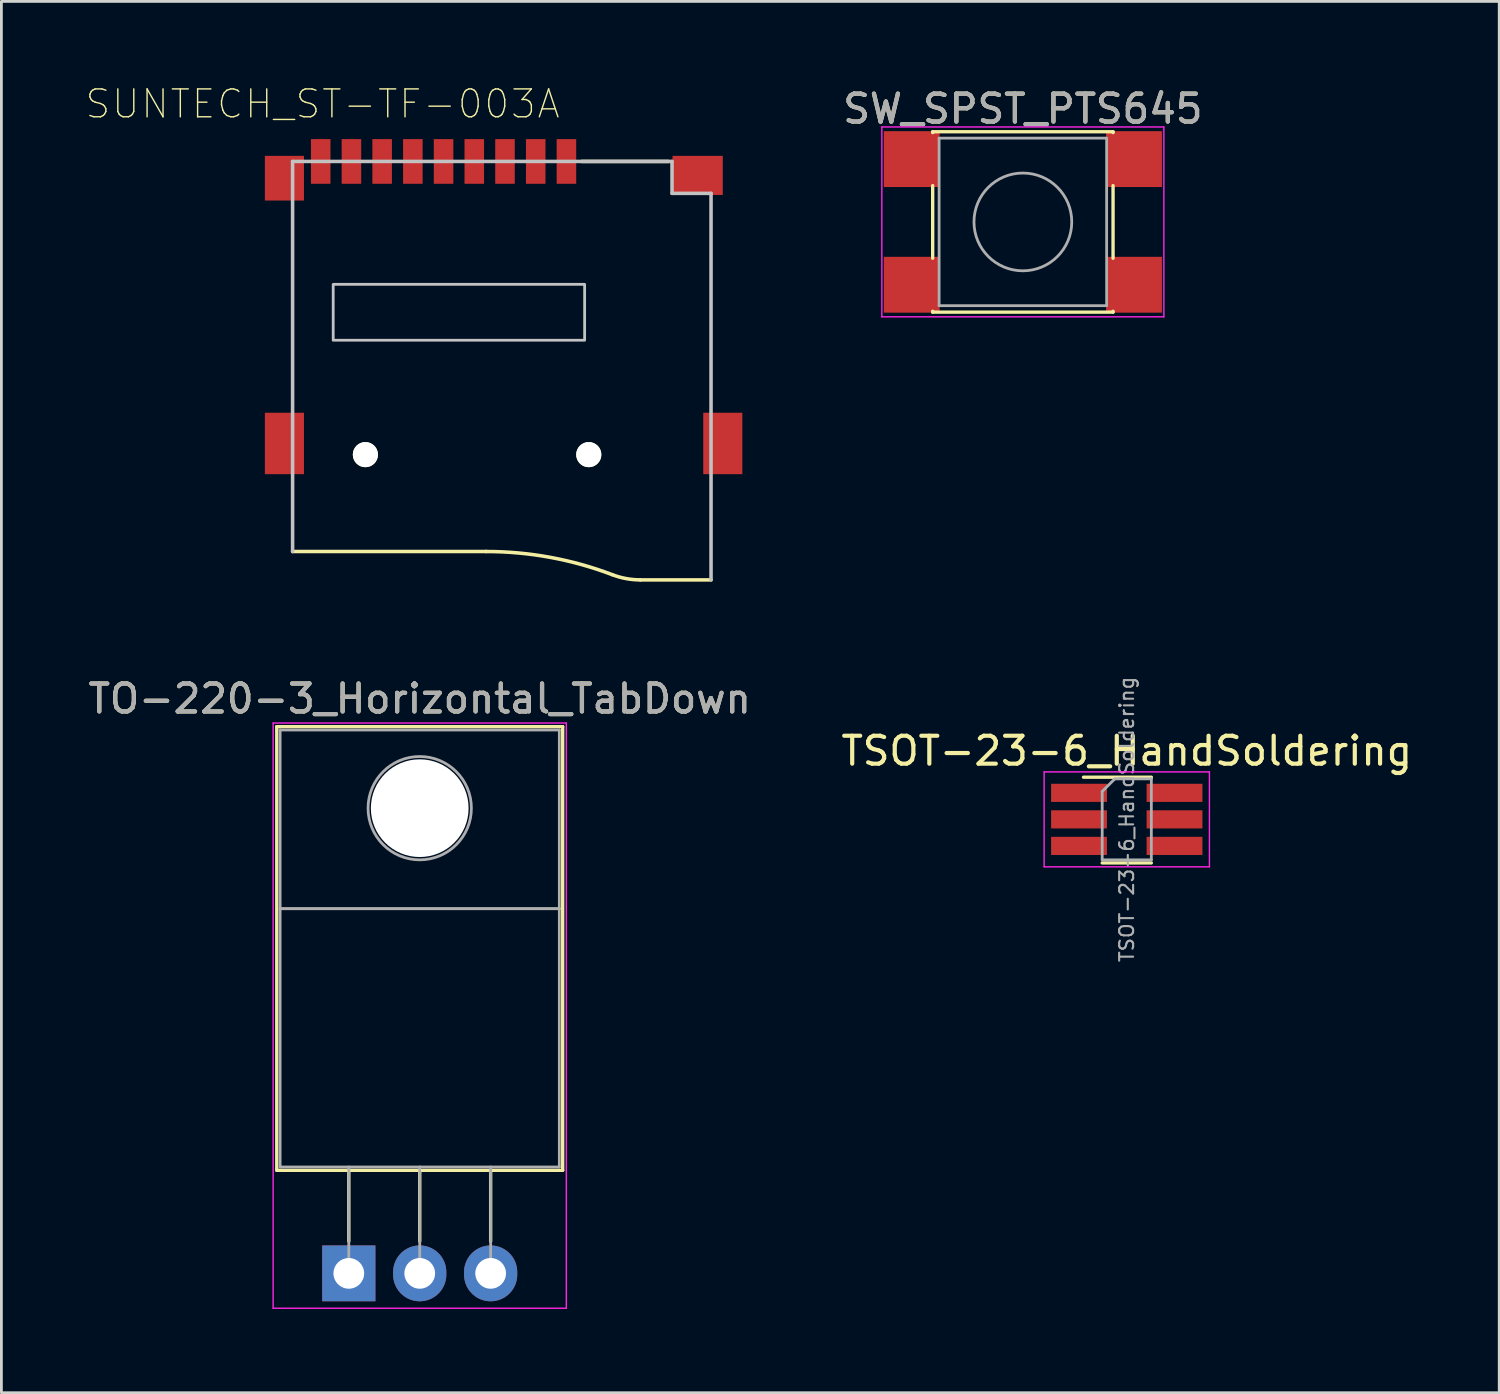
<source format=kicad_pcb>
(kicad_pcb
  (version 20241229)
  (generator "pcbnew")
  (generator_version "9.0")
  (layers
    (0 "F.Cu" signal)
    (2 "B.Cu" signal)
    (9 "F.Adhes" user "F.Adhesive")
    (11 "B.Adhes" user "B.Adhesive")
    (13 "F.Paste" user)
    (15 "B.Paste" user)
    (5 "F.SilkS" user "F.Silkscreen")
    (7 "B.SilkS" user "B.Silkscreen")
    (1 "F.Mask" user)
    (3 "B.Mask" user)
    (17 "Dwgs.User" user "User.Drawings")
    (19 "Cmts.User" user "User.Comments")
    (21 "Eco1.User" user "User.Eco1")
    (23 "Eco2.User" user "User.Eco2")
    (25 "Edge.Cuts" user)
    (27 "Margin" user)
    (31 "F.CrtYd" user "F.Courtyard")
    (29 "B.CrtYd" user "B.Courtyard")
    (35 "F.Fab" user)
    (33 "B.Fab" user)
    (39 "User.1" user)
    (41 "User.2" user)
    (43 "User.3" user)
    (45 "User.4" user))
  (footprint "SUNTECH_ST-TF-003A"
    (layer "F.Cu")
    (at 13.716 8.062)
    (property "Reference" "SUNTECH_ST-TF-003A" (at -5.213 -7.389 0) (layer "F.SilkS") (effects (font (size 1 1) (thickness 0.05))))
    (attr smd)
    (fp_line (start 0.647 8.64) (end -6.287 8.64) (stroke (width 0.127) (type solid)) (layer "F.SilkS"))
    (fp_line (start 7.17 -5.33) (end 4.07 -5.33) (stroke (width 0.127) (type solid)) (layer "F.SilkS"))
    (fp_line (start 8.699 9.656) (end 6.168 9.656) (stroke (width 0.127) (type solid)) (layer "F.SilkS"))
    (fp_arc (start 0.6469 8.64) (mid 2.939493 8.848646) (end 5.156757 9.467722) (stroke (width 0.127) (type solid)) (layer "F.SilkS"))
    (fp_arc (start 6.165178 9.655997) (mid 5.658217 9.609374) (end 5.168 9.472) (stroke (width 0.127) (type solid)) (layer "F.SilkS"))
    (fp_line (start -6.287 -5.33) (end 7.302 -5.33) (stroke (width 0.127) (type solid)) (layer "Dwgs.User"))
    (fp_line (start -6.287 8.64) (end -6.287 -5.33) (stroke (width 0.127) (type solid)) (layer "Dwgs.User"))
    (fp_line (start 7.302 -5.33) (end 7.302 -4.187) (stroke (width 0.127) (type solid)) (layer "Dwgs.User"))
    (fp_line (start 7.302 -4.187) (end 8.699 -4.187) (stroke (width 0.127) (type solid)) (layer "Dwgs.User"))
    (fp_line (start 8.699 -4.187) (end 8.699 9.656) (stroke (width 0.127) (type solid)) (layer "Dwgs.User"))
    (fp_poly (pts (xy 4.172 -0.928) (xy 4.172 1.073) (xy -4.833 1.073) (xy -4.833 -0.928)) (stroke (width 0.1) (type solid)) (fill no) (layer "Dwgs.User"))
    (fp_line (start -7.75 -6.5) (end 10.25 -6.5) (stroke (width 0.127) (type solid)) (layer "Eco1.User"))
    (fp_line (start -7.75 10) (end -7.75 -6.5) (stroke (width 0.127) (type solid)) (layer "Eco1.User"))
    (fp_line (start 10.25 -6.5) (end 10.25 10) (stroke (width 0.127) (type solid)) (layer "Eco1.User"))
    (fp_line (start 10.25 10) (end -7.75 10) (stroke (width 0.127) (type solid)) (layer "Eco1.User"))
    (pad "" np_thru_hole circle (at -3.68 5.17) (size 0.9 0.9) (drill 0.9) (layers "*.Cu" "*.Mask" "F.SilkS"))
    (pad "" np_thru_hole circle (at 4.32 5.17) (size 0.9 0.9) (drill 0.9) (layers "*.Cu" "*.Mask" "F.SilkS"))
    (pad "1" smd rect (at 3.52 -5.33 270) (size 1.6 0.7) (layers "F.Cu" "F.Mask" "F.Paste"))
    (pad "2" smd rect (at 2.42 -5.33 270) (size 1.6 0.7) (layers "F.Cu" "F.Mask" "F.Paste"))
    (pad "3" smd rect (at 1.32 -5.33 270) (size 1.6 0.7) (layers "F.Cu" "F.Mask" "F.Paste"))
    (pad "4" smd rect (at 0.22 -5.33 270) (size 1.6 0.7) (layers "F.Cu" "F.Mask" "F.Paste"))
    (pad "5" smd rect (at -0.88 -5.33 270) (size 1.6 0.7) (layers "F.Cu" "F.Mask" "F.Paste"))
    (pad "6" smd rect (at -1.98 -5.33 270) (size 1.6 0.7) (layers "F.Cu" "F.Mask" "F.Paste"))
    (pad "7" smd rect (at -3.08 -5.33 270) (size 1.6 0.7) (layers "F.Cu" "F.Mask" "F.Paste"))
    (pad "8" smd rect (at -4.18 -5.33 270) (size 1.6 0.7) (layers "F.Cu" "F.Mask" "F.Paste"))
    (pad "9" smd rect (at -5.28 -5.33 270) (size 1.6 0.7) (layers "F.Cu" "F.Mask" "F.Paste"))
    (pad "G1" smd rect (at -6.58 -4.73 270) (size 1.6 1.4) (layers "F.Cu" "F.Mask" "F.Paste"))
    (pad "G2" smd rect (at -6.58 4.77 270) (size 2.2 1.4) (layers "F.Cu" "F.Mask" "F.Paste"))
    (pad "G3" smd rect (at 9.12 4.77 270) (size 2.2 1.4) (layers "F.Cu" "F.Mask" "F.Paste"))
    (pad "G4" smd rect (at 8.22 -4.83 270) (size 1.4 1.8) (layers "F.Cu" "F.Mask" "F.Paste")))
  (footprint "SW_SPST_PTS645"
    (layer "F.Cu")
    (at 33.583 4.898)
    (property "Reference" "SW_SPST_PTS645" (at 0 -4.05 0) (layer "F.SilkS") (effects (font (size 1 1) (thickness 0.15))))
    (attr smd)
    (fp_line (start -3.23 -3.23) (end 3.23 -3.23) (stroke (width 0.12) (type solid)) (layer "F.SilkS"))
    (fp_line (start -3.23 -3.2) (end -3.23 -3.23) (stroke (width 0.12) (type solid)) (layer "F.SilkS"))
    (fp_line (start -3.23 -1.3) (end -3.23 1.3) (stroke (width 0.12) (type solid)) (layer "F.SilkS"))
    (fp_line (start -3.23 3.23) (end -3.23 3.2) (stroke (width 0.12) (type solid)) (layer "F.SilkS"))
    (fp_line (start -3.23 3.23) (end 3.23 3.23) (stroke (width 0.12) (type solid)) (layer "F.SilkS"))
    (fp_line (start 3.23 -3.23) (end 3.23 -3.2) (stroke (width 0.12) (type solid)) (layer "F.SilkS"))
    (fp_line (start 3.23 -1.3) (end 3.23 1.3) (stroke (width 0.12) (type solid)) (layer "F.SilkS"))
    (fp_line (start 3.23 3.23) (end 3.23 3.2) (stroke (width 0.12) (type solid)) (layer "F.SilkS"))
    (fp_line (start -5.05 -3.4) (end -5.05 3.4) (stroke (width 0.05) (type solid)) (layer "F.CrtYd"))
    (fp_line (start -5.05 -3.4) (end 5.05 -3.4) (stroke (width 0.05) (type solid)) (layer "F.CrtYd"))
    (fp_line (start -5.05 3.4) (end 5.05 3.4) (stroke (width 0.05) (type solid)) (layer "F.CrtYd"))
    (fp_line (start 5.05 3.4) (end 5.05 -3.4) (stroke (width 0.05) (type solid)) (layer "F.CrtYd"))
    (fp_line (start -3 -3) (end -3 3) (stroke (width 0.1) (type solid)) (layer "F.Fab"))
    (fp_line (start -3 3) (end 3 3) (stroke (width 0.1) (type solid)) (layer "F.Fab"))
    (fp_line (start 3 -3) (end -3 -3) (stroke (width 0.1) (type solid)) (layer "F.Fab"))
    (fp_line (start 3 3) (end 3 -3) (stroke (width 0.1) (type solid)) (layer "F.Fab"))
    (fp_circle (center 0 0) (end 1.75 -0.05) (stroke (width 0.1) (type solid)) (fill no) (layer "F.Fab"))
    (fp_text user "${REFERENCE}" (at 0 -4.05 0) (layer "F.Fab") (effects (font (size 1 1) (thickness 0.15))))
    (pad "1" smd rect (at -3.98 -2.25) (size 2 2) (layers "F.Cu" "F.Mask" "F.Paste"))
    (pad "1" smd rect (at 3.98 -2.25) (size 2 2) (layers "F.Cu" "F.Mask" "F.Paste"))
    (pad "2" smd rect (at -3.98 2.25) (size 2 2) (layers "F.Cu" "F.Mask" "F.Paste"))
    (pad "2" smd rect (at 3.98 2.25) (size 2 2) (layers "F.Cu" "F.Mask" "F.Paste")))
  (footprint "TO-220-3_Horizontal_TabDown"
    (layer "F.Cu")
    (at 9.442 42.554)
    (property "Reference" "TO-220-3_Horizontal_TabDown" (at 2.54 -20.58 0) (layer "F.SilkS") (effects (font (size 1 1) (thickness 0.15))))
    (attr through_hole)
    (fp_line (start -2.58 -19.58) (end -2.58 -3.69) (stroke (width 0.12) (type solid)) (layer "F.SilkS"))
    (fp_line (start -2.58 -19.58) (end 7.66 -19.58) (stroke (width 0.12) (type solid)) (layer "F.SilkS"))
    (fp_line (start -2.58 -3.69) (end 7.66 -3.69) (stroke (width 0.12) (type solid)) (layer "F.SilkS"))
    (fp_line (start 0 -3.69) (end 0 -1.15) (stroke (width 0.12) (type solid)) (layer "F.SilkS"))
    (fp_line (start 2.54 -3.69) (end 2.54 -1.15) (stroke (width 0.12) (type solid)) (layer "F.SilkS"))
    (fp_line (start 5.08 -3.69) (end 5.08 -1.15) (stroke (width 0.12) (type solid)) (layer "F.SilkS"))
    (fp_line (start 7.66 -19.58) (end 7.66 -3.69) (stroke (width 0.12) (type solid)) (layer "F.SilkS"))
    (fp_line (start -2.71 -19.71) (end -2.71 1.25) (stroke (width 0.05) (type solid)) (layer "F.CrtYd"))
    (fp_line (start -2.71 1.25) (end 7.79 1.25) (stroke (width 0.05) (type solid)) (layer "F.CrtYd"))
    (fp_line (start 7.79 -19.71) (end -2.71 -19.71) (stroke (width 0.05) (type solid)) (layer "F.CrtYd"))
    (fp_line (start 7.79 1.25) (end 7.79 -19.71) (stroke (width 0.05) (type solid)) (layer "F.CrtYd"))
    (fp_line (start -2.46 -19.46) (end 7.54 -19.46) (stroke (width 0.1) (type solid)) (layer "F.Fab"))
    (fp_line (start -2.46 -13.06) (end -2.46 -19.46) (stroke (width 0.1) (type solid)) (layer "F.Fab"))
    (fp_line (start -2.46 -13.06) (end 7.54 -13.06) (stroke (width 0.1) (type solid)) (layer "F.Fab"))
    (fp_line (start -2.46 -3.81) (end -2.46 -13.06) (stroke (width 0.1) (type solid)) (layer "F.Fab"))
    (fp_line (start 0 -3.81) (end 0 0) (stroke (width 0.1) (type solid)) (layer "F.Fab"))
    (fp_line (start 2.54 -3.81) (end 2.54 0) (stroke (width 0.1) (type solid)) (layer "F.Fab"))
    (fp_line (start 5.08 -3.81) (end 5.08 0) (stroke (width 0.1) (type solid)) (layer "F.Fab"))
    (fp_line (start 7.54 -19.46) (end 7.54 -13.06) (stroke (width 0.1) (type solid)) (layer "F.Fab"))
    (fp_line (start 7.54 -13.06) (end -2.46 -13.06) (stroke (width 0.1) (type solid)) (layer "F.Fab"))
    (fp_line (start 7.54 -13.06) (end 7.54 -3.81) (stroke (width 0.1) (type solid)) (layer "F.Fab"))
    (fp_line (start 7.54 -3.81) (end -2.46 -3.81) (stroke (width 0.1) (type solid)) (layer "F.Fab"))
    (fp_circle (center 2.54 -16.66) (end 4.39 -16.66) (stroke (width 0.1) (type solid)) (fill no) (layer "F.Fab"))
    (fp_text user "${REFERENCE}" (at 2.54 -20.58 0) (layer "F.Fab") (effects (font (size 1 1) (thickness 0.15))))
    (pad "" np_thru_hole oval (at 2.54 -16.66) (size 3.5 3.5) (drill 3.5) (layers "*.Cu" "*.Mask"))
    (pad "1" thru_hole rect (at 0 0) (size 1.905 2) (drill 1.1) (layers "*.Cu" "*.Mask"))
    (pad "2" thru_hole oval (at 2.54 0) (size 1.905 2) (drill 1.1) (layers "*.Cu" "*.Mask"))
    (pad "3" thru_hole oval (at 5.08 0) (size 1.905 2) (drill 1.1) (layers "*.Cu" "*.Mask")))
  (footprint "TSOT-23-6_HandSoldering"
    (layer "F.Cu")
    (at 37.304 26.295)
    (property "Reference" "TSOT-23-6_HandSoldering" (at 0 -2.45 0) (layer "F.SilkS") (effects (font (size 1 1) (thickness 0.15))))
    (attr smd)
    (fp_line (start -0.88 1.56) (end 0.88 1.56) (stroke (width 0.12) (type solid)) (layer "F.SilkS"))
    (fp_line (start 0.88 -1.51) (end -1.55 -1.51) (stroke (width 0.12) (type solid)) (layer "F.SilkS"))
    (fp_line (start -2.96 -1.7) (end -2.96 1.7) (stroke (width 0.05) (type solid)) (layer "F.CrtYd"))
    (fp_line (start -2.96 -1.7) (end 2.96 -1.7) (stroke (width 0.05) (type solid)) (layer "F.CrtYd"))
    (fp_line (start 2.96 1.7) (end -2.96 1.7) (stroke (width 0.05) (type solid)) (layer "F.CrtYd"))
    (fp_line (start 2.96 1.7) (end 2.96 -1.7) (stroke (width 0.05) (type solid)) (layer "F.CrtYd"))
    (fp_line (start -0.88 -1) (end -0.88 1.45) (stroke (width 0.1) (type solid)) (layer "F.Fab"))
    (fp_line (start -0.88 -1) (end -0.43 -1.45) (stroke (width 0.1) (type solid)) (layer "F.Fab"))
    (fp_line (start 0.88 -1.45) (end -0.43 -1.45) (stroke (width 0.1) (type solid)) (layer "F.Fab"))
    (fp_line (start 0.88 -1.45) (end 0.88 1.45) (stroke (width 0.1) (type solid)) (layer "F.Fab"))
    (fp_line (start 0.88 1.45) (end -0.88 1.45) (stroke (width 0.1) (type solid)) (layer "F.Fab"))
    (fp_text user "${REFERENCE}" (at 0 0 90) (layer "F.Fab") (effects (font (size 0.5 0.5) (thickness 0.075))))
    (pad "1" smd rect (at -1.71 -0.95) (size 2 0.65) (layers "F.Cu" "F.Mask" "F.Paste"))
    (pad "2" smd rect (at -1.71 0) (size 2 0.65) (layers "F.Cu" "F.Mask" "F.Paste"))
    (pad "3" smd rect (at -1.71 0.95) (size 2 0.65) (layers "F.Cu" "F.Mask" "F.Paste"))
    (pad "4" smd rect (at 1.71 0.95) (size 2 0.65) (layers "F.Cu" "F.Mask" "F.Paste"))
    (pad "5" smd rect (at 1.71 0) (size 2 0.65) (layers "F.Cu" "F.Mask" "F.Paste"))
    (pad "6" smd rect (at 1.71 -0.95) (size 2 0.65) (layers "F.Cu" "F.Mask" "F.Paste")))
  (gr_rect
    (start -3 -3)
    (end 50.643 46.829)
    (stroke (width 0.1) (type default))
    (fill no)
    (layer "Edge.Cuts")))
</source>
